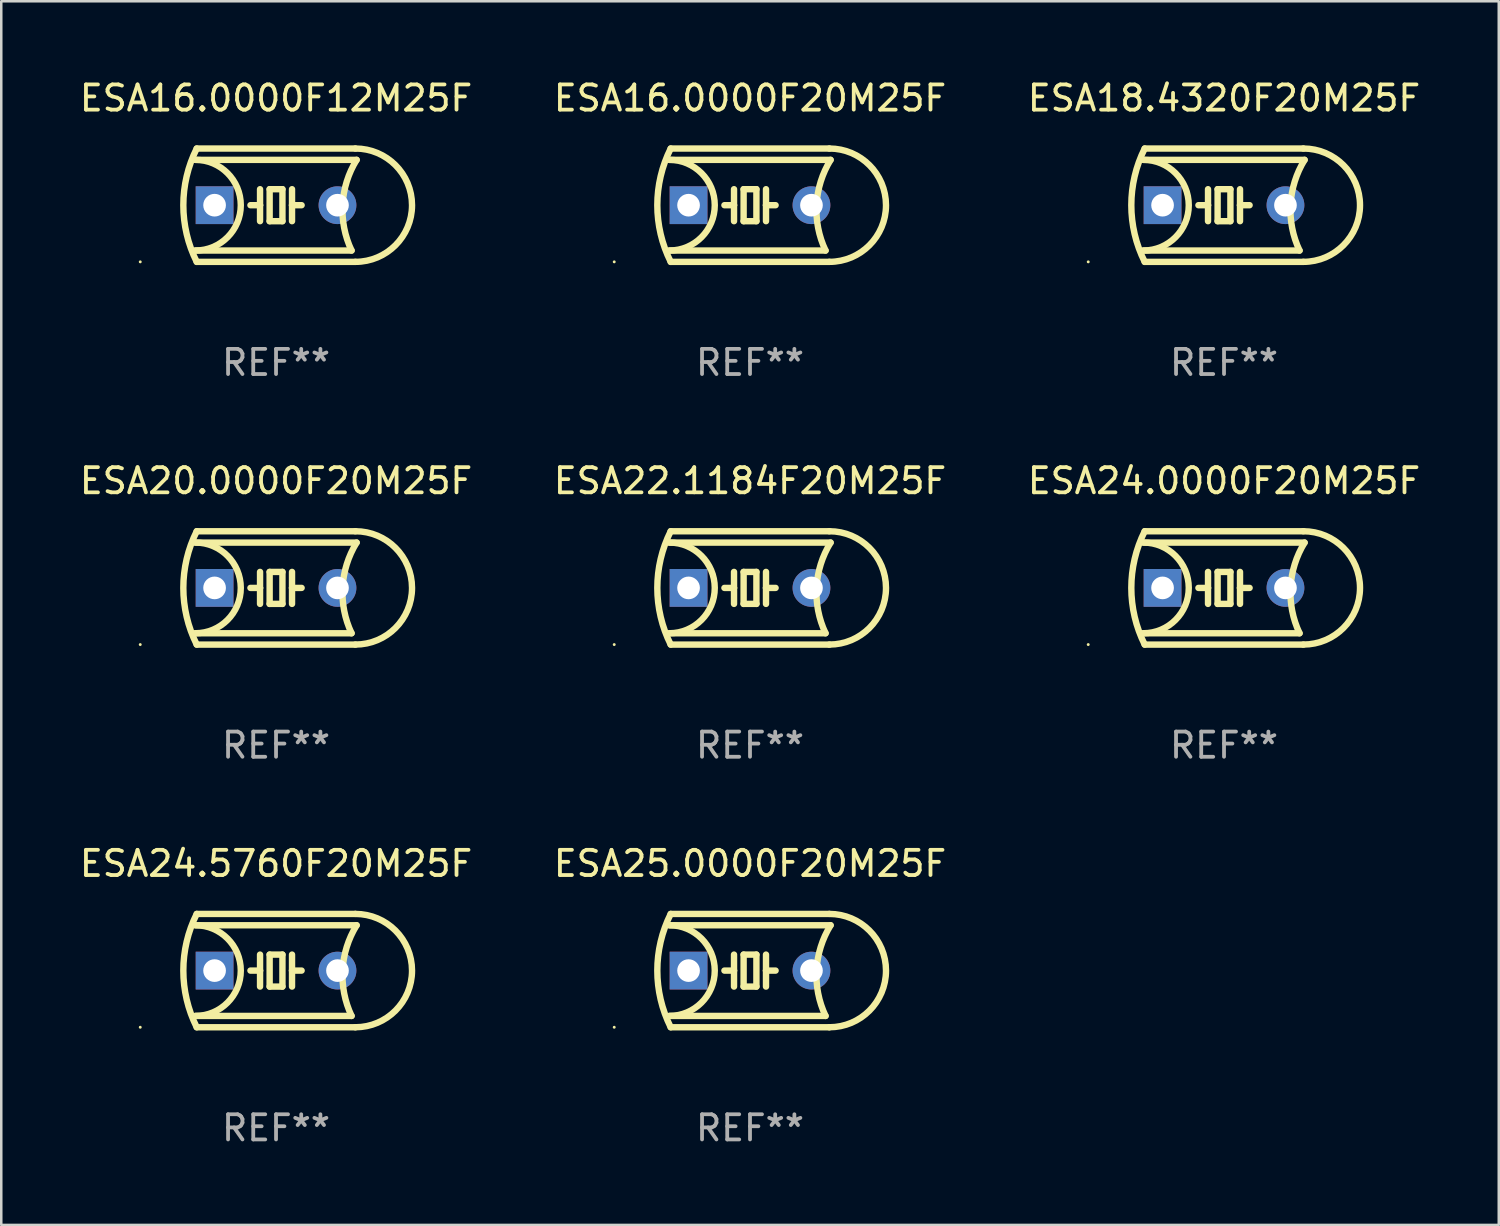
<source format=kicad_pcb>
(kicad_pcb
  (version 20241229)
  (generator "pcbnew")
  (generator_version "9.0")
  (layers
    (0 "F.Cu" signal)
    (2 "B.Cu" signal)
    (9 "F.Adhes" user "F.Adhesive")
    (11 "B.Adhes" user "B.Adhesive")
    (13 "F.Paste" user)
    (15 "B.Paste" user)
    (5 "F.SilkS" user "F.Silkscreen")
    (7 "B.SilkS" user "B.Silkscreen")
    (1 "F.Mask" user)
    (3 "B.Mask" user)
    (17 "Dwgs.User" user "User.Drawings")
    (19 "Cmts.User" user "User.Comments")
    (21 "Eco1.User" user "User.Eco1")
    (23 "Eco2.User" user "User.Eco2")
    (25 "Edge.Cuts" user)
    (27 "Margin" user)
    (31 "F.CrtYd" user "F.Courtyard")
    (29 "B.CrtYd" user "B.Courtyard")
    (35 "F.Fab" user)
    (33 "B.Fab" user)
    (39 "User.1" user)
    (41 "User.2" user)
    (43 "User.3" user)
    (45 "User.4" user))
  (footprint "ESA22.1184F20M25F"
    (layer "F.Cu")
    (at 26.732 20.295)
    (property "Reference" "ESA22.1184F20M25F" (at 0 -4.25 0) (layer "F.SilkS") (effects (font (size 1 1) (thickness 0.15))))
    (attr through_hole)
    (fp_line (start -3.2 -1.8) (end 3.2 -1.8) (stroke (width 0.254) (type solid)) (layer "F.SilkS"))
    (fp_line (start -3.15 2.25) (end 3.15 2.25) (stroke (width 0.254) (type solid)) (layer "F.SilkS"))
    (fp_line (start -0.635 -0.635) (end -0.635 0) (stroke (width 0.254) (type solid)) (layer "F.SilkS"))
    (fp_line (start -0.635 0) (end -1.016 0) (stroke (width 0.254) (type solid)) (layer "F.SilkS"))
    (fp_line (start -0.635 0) (end -0.635 0.635) (stroke (width 0.254) (type solid)) (layer "F.SilkS"))
    (fp_line (start -0.254 -0.635) (end -0.254 0.635) (stroke (width 0.254) (type solid)) (layer "F.SilkS"))
    (fp_line (start -0.254 0.635) (end 0.254 0.635) (stroke (width 0.254) (type solid)) (layer "F.SilkS"))
    (fp_line (start 0.254 -0.635) (end -0.254 -0.635) (stroke (width 0.254) (type solid)) (layer "F.SilkS"))
    (fp_line (start 0.254 0.635) (end 0.254 -0.635) (stroke (width 0.254) (type solid)) (layer "F.SilkS"))
    (fp_line (start 0.635 -0.635) (end 0.635 0) (stroke (width 0.254) (type solid)) (layer "F.SilkS"))
    (fp_line (start 0.635 0) (end 0.635 0.635) (stroke (width 0.254) (type solid)) (layer "F.SilkS"))
    (fp_line (start 0.635 0) (end 1.016 0) (stroke (width 0.254) (type solid)) (layer "F.SilkS"))
    (fp_line (start 3 1.8) (end -3.2 1.8) (stroke (width 0.254) (type solid)) (layer "F.SilkS"))
    (fp_line (start 3.15 -2.25) (end -3.15 -2.25) (stroke (width 0.254) (type solid)) (layer "F.SilkS"))
    (fp_arc (start -3.200406 -1.800864) (mid -1.399974 -0.000635) (end -3.2 1.8) (stroke (width 0.254001) (type solid)) (layer "F.SilkS"))
    (fp_arc (start -3.149606 2.250444) (mid -3.680941 0.000261) (end -3.149987 -2.250013) (stroke (width 0.254001) (type solid)) (layer "F.SilkS"))
    (fp_arc (start 2.999746 1.800863) (mid 2.642982 -0.024977) (end 3.2 -1.8) (stroke (width 0.254001) (type solid)) (layer "F.SilkS"))
    (fp_arc (start 3.149607 -2.250445) (mid 5.399848 -0.000406) (end 3.149987 2.250013) (stroke (width 0.254001) (type solid)) (layer "F.SilkS"))
    (fp_circle (center -5.392 2.25) (end -5.362 2.25) (stroke (width 0.06) (type solid)) (fill no) (layer "F.SilkS"))
    (fp_text user "REF**" (at 0 6.25 0) (layer "F.Fab") (effects (font (size 1 1) (thickness 0.15))))
    (pad "1" thru_hole rect (at -2.44 0) (size 1.5 1.5) (drill 0.9) (layers "*.Cu" "*.Mask"))
    (pad "2" thru_hole circle (at 2.44 0) (size 1.5 1.5) (drill 0.9) (layers "*.Cu" "*.Mask")))
  (footprint "ESA18.4320F20M25F"
    (layer "F.Cu")
    (at 45.554 5.098)
    (property "Reference" "ESA18.4320F20M25F" (at 0 -4.25 0) (layer "F.SilkS") (effects (font (size 1 1) (thickness 0.15))))
    (attr through_hole)
    (fp_line (start -3.2 -1.8) (end 3.2 -1.8) (stroke (width 0.254) (type solid)) (layer "F.SilkS"))
    (fp_line (start -3.15 2.25) (end 3.15 2.25) (stroke (width 0.254) (type solid)) (layer "F.SilkS"))
    (fp_line (start -0.635 -0.635) (end -0.635 0) (stroke (width 0.254) (type solid)) (layer "F.SilkS"))
    (fp_line (start -0.635 0) (end -1.016 0) (stroke (width 0.254) (type solid)) (layer "F.SilkS"))
    (fp_line (start -0.635 0) (end -0.635 0.635) (stroke (width 0.254) (type solid)) (layer "F.SilkS"))
    (fp_line (start -0.254 -0.635) (end -0.254 0.635) (stroke (width 0.254) (type solid)) (layer "F.SilkS"))
    (fp_line (start -0.254 0.635) (end 0.254 0.635) (stroke (width 0.254) (type solid)) (layer "F.SilkS"))
    (fp_line (start 0.254 -0.635) (end -0.254 -0.635) (stroke (width 0.254) (type solid)) (layer "F.SilkS"))
    (fp_line (start 0.254 0.635) (end 0.254 -0.635) (stroke (width 0.254) (type solid)) (layer "F.SilkS"))
    (fp_line (start 0.635 -0.635) (end 0.635 0) (stroke (width 0.254) (type solid)) (layer "F.SilkS"))
    (fp_line (start 0.635 0) (end 0.635 0.635) (stroke (width 0.254) (type solid)) (layer "F.SilkS"))
    (fp_line (start 0.635 0) (end 1.016 0) (stroke (width 0.254) (type solid)) (layer "F.SilkS"))
    (fp_line (start 3 1.8) (end -3.2 1.8) (stroke (width 0.254) (type solid)) (layer "F.SilkS"))
    (fp_line (start 3.15 -2.25) (end -3.15 -2.25) (stroke (width 0.254) (type solid)) (layer "F.SilkS"))
    (fp_arc (start -3.200406 -1.800864) (mid -1.399974 -0.000635) (end -3.2 1.8) (stroke (width 0.254001) (type solid)) (layer "F.SilkS"))
    (fp_arc (start -3.149606 2.250444) (mid -3.680941 0.000261) (end -3.149987 -2.250013) (stroke (width 0.254001) (type solid)) (layer "F.SilkS"))
    (fp_arc (start 2.999746 1.800863) (mid 2.642982 -0.024977) (end 3.2 -1.8) (stroke (width 0.254001) (type solid)) (layer "F.SilkS"))
    (fp_arc (start 3.149607 -2.250445) (mid 5.399848 -0.000406) (end 3.149987 2.250013) (stroke (width 0.254001) (type solid)) (layer "F.SilkS"))
    (fp_circle (center -5.392 2.25) (end -5.362 2.25) (stroke (width 0.06) (type solid)) (fill no) (layer "F.SilkS"))
    (fp_text user "REF**" (at 0 6.25 0) (layer "F.Fab") (effects (font (size 1 1) (thickness 0.15))))
    (pad "1" thru_hole rect (at -2.44 0) (size 1.5 1.5) (drill 0.9) (layers "*.Cu" "*.Mask"))
    (pad "2" thru_hole circle (at 2.44 0) (size 1.5 1.5) (drill 0.9) (layers "*.Cu" "*.Mask")))
  (footprint "ESA16.0000F20M25F"
    (layer "F.Cu")
    (at 26.732 5.098)
    (property "Reference" "ESA16.0000F20M25F" (at 0 -4.25 0) (layer "F.SilkS") (effects (font (size 1 1) (thickness 0.15))))
    (attr through_hole)
    (fp_line (start -3.2 -1.8) (end 3.2 -1.8) (stroke (width 0.254) (type solid)) (layer "F.SilkS"))
    (fp_line (start -3.15 2.25) (end 3.15 2.25) (stroke (width 0.254) (type solid)) (layer "F.SilkS"))
    (fp_line (start -0.635 -0.635) (end -0.635 0) (stroke (width 0.254) (type solid)) (layer "F.SilkS"))
    (fp_line (start -0.635 0) (end -1.016 0) (stroke (width 0.254) (type solid)) (layer "F.SilkS"))
    (fp_line (start -0.635 0) (end -0.635 0.635) (stroke (width 0.254) (type solid)) (layer "F.SilkS"))
    (fp_line (start -0.254 -0.635) (end -0.254 0.635) (stroke (width 0.254) (type solid)) (layer "F.SilkS"))
    (fp_line (start -0.254 0.635) (end 0.254 0.635) (stroke (width 0.254) (type solid)) (layer "F.SilkS"))
    (fp_line (start 0.254 -0.635) (end -0.254 -0.635) (stroke (width 0.254) (type solid)) (layer "F.SilkS"))
    (fp_line (start 0.254 0.635) (end 0.254 -0.635) (stroke (width 0.254) (type solid)) (layer "F.SilkS"))
    (fp_line (start 0.635 -0.635) (end 0.635 0) (stroke (width 0.254) (type solid)) (layer "F.SilkS"))
    (fp_line (start 0.635 0) (end 0.635 0.635) (stroke (width 0.254) (type solid)) (layer "F.SilkS"))
    (fp_line (start 0.635 0) (end 1.016 0) (stroke (width 0.254) (type solid)) (layer "F.SilkS"))
    (fp_line (start 3 1.8) (end -3.2 1.8) (stroke (width 0.254) (type solid)) (layer "F.SilkS"))
    (fp_line (start 3.15 -2.25) (end -3.15 -2.25) (stroke (width 0.254) (type solid)) (layer "F.SilkS"))
    (fp_arc (start -3.200406 -1.800864) (mid -1.399974 -0.000635) (end -3.2 1.8) (stroke (width 0.254001) (type solid)) (layer "F.SilkS"))
    (fp_arc (start -3.149606 2.250444) (mid -3.680941 0.000261) (end -3.149987 -2.250013) (stroke (width 0.254001) (type solid)) (layer "F.SilkS"))
    (fp_arc (start 2.999746 1.800863) (mid 2.642982 -0.024977) (end 3.2 -1.8) (stroke (width 0.254001) (type solid)) (layer "F.SilkS"))
    (fp_arc (start 3.149607 -2.250445) (mid 5.399848 -0.000406) (end 3.149987 2.250013) (stroke (width 0.254001) (type solid)) (layer "F.SilkS"))
    (fp_circle (center -5.392 2.25) (end -5.362 2.25) (stroke (width 0.06) (type solid)) (fill no) (layer "F.SilkS"))
    (fp_text user "REF**" (at 0 6.25 0) (layer "F.Fab") (effects (font (size 1 1) (thickness 0.15))))
    (pad "1" thru_hole rect (at -2.44 0) (size 1.5 1.5) (drill 0.9) (layers "*.Cu" "*.Mask"))
    (pad "2" thru_hole circle (at 2.44 0) (size 1.5 1.5) (drill 0.9) (layers "*.Cu" "*.Mask")))
  (footprint "ESA24.5760F20M25F"
    (layer "F.Cu")
    (at 7.911 35.491)
    (property "Reference" "ESA24.5760F20M25F" (at 0 -4.25 0) (layer "F.SilkS") (effects (font (size 1 1) (thickness 0.15))))
    (attr through_hole)
    (fp_line (start -3.2 -1.8) (end 3.2 -1.8) (stroke (width 0.254) (type solid)) (layer "F.SilkS"))
    (fp_line (start -3.15 2.25) (end 3.15 2.25) (stroke (width 0.254) (type solid)) (layer "F.SilkS"))
    (fp_line (start -0.635 -0.635) (end -0.635 0) (stroke (width 0.254) (type solid)) (layer "F.SilkS"))
    (fp_line (start -0.635 0) (end -1.016 0) (stroke (width 0.254) (type solid)) (layer "F.SilkS"))
    (fp_line (start -0.635 0) (end -0.635 0.635) (stroke (width 0.254) (type solid)) (layer "F.SilkS"))
    (fp_line (start -0.254 -0.635) (end -0.254 0.635) (stroke (width 0.254) (type solid)) (layer "F.SilkS"))
    (fp_line (start -0.254 0.635) (end 0.254 0.635) (stroke (width 0.254) (type solid)) (layer "F.SilkS"))
    (fp_line (start 0.254 -0.635) (end -0.254 -0.635) (stroke (width 0.254) (type solid)) (layer "F.SilkS"))
    (fp_line (start 0.254 0.635) (end 0.254 -0.635) (stroke (width 0.254) (type solid)) (layer "F.SilkS"))
    (fp_line (start 0.635 -0.635) (end 0.635 0) (stroke (width 0.254) (type solid)) (layer "F.SilkS"))
    (fp_line (start 0.635 0) (end 0.635 0.635) (stroke (width 0.254) (type solid)) (layer "F.SilkS"))
    (fp_line (start 0.635 0) (end 1.016 0) (stroke (width 0.254) (type solid)) (layer "F.SilkS"))
    (fp_line (start 3 1.8) (end -3.2 1.8) (stroke (width 0.254) (type solid)) (layer "F.SilkS"))
    (fp_line (start 3.15 -2.25) (end -3.15 -2.25) (stroke (width 0.254) (type solid)) (layer "F.SilkS"))
    (fp_arc (start -3.200406 -1.800864) (mid -1.399974 -0.000635) (end -3.2 1.8) (stroke (width 0.254001) (type solid)) (layer "F.SilkS"))
    (fp_arc (start -3.149606 2.250444) (mid -3.680941 0.000261) (end -3.149987 -2.250013) (stroke (width 0.254001) (type solid)) (layer "F.SilkS"))
    (fp_arc (start 2.999746 1.800863) (mid 2.642982 -0.024977) (end 3.2 -1.8) (stroke (width 0.254001) (type solid)) (layer "F.SilkS"))
    (fp_arc (start 3.149607 -2.250445) (mid 5.399848 -0.000406) (end 3.149987 2.250013) (stroke (width 0.254001) (type solid)) (layer "F.SilkS"))
    (fp_circle (center -5.392 2.25) (end -5.362 2.25) (stroke (width 0.06) (type solid)) (fill no) (layer "F.SilkS"))
    (fp_text user "REF**" (at 0 6.25 0) (layer "F.Fab") (effects (font (size 1 1) (thickness 0.15))))
    (pad "1" thru_hole rect (at -2.44 0) (size 1.5 1.5) (drill 0.9) (layers "*.Cu" "*.Mask"))
    (pad "2" thru_hole circle (at 2.44 0) (size 1.5 1.5) (drill 0.9) (layers "*.Cu" "*.Mask")))
  (footprint "ESA16.0000F12M25F"
    (layer "F.Cu")
    (at 7.911 5.098)
    (property "Reference" "ESA16.0000F12M25F" (at 0 -4.25 0) (layer "F.SilkS") (effects (font (size 1 1) (thickness 0.15))))
    (attr through_hole)
    (fp_line (start -3.2 -1.8) (end 3.2 -1.8) (stroke (width 0.254) (type solid)) (layer "F.SilkS"))
    (fp_line (start -3.15 2.25) (end 3.15 2.25) (stroke (width 0.254) (type solid)) (layer "F.SilkS"))
    (fp_line (start -0.635 -0.635) (end -0.635 0) (stroke (width 0.254) (type solid)) (layer "F.SilkS"))
    (fp_line (start -0.635 0) (end -1.016 0) (stroke (width 0.254) (type solid)) (layer "F.SilkS"))
    (fp_line (start -0.635 0) (end -0.635 0.635) (stroke (width 0.254) (type solid)) (layer "F.SilkS"))
    (fp_line (start -0.254 -0.635) (end -0.254 0.635) (stroke (width 0.254) (type solid)) (layer "F.SilkS"))
    (fp_line (start -0.254 0.635) (end 0.254 0.635) (stroke (width 0.254) (type solid)) (layer "F.SilkS"))
    (fp_line (start 0.254 -0.635) (end -0.254 -0.635) (stroke (width 0.254) (type solid)) (layer "F.SilkS"))
    (fp_line (start 0.254 0.635) (end 0.254 -0.635) (stroke (width 0.254) (type solid)) (layer "F.SilkS"))
    (fp_line (start 0.635 -0.635) (end 0.635 0) (stroke (width 0.254) (type solid)) (layer "F.SilkS"))
    (fp_line (start 0.635 0) (end 0.635 0.635) (stroke (width 0.254) (type solid)) (layer "F.SilkS"))
    (fp_line (start 0.635 0) (end 1.016 0) (stroke (width 0.254) (type solid)) (layer "F.SilkS"))
    (fp_line (start 3 1.8) (end -3.2 1.8) (stroke (width 0.254) (type solid)) (layer "F.SilkS"))
    (fp_line (start 3.15 -2.25) (end -3.15 -2.25) (stroke (width 0.254) (type solid)) (layer "F.SilkS"))
    (fp_arc (start -3.200406 -1.800864) (mid -1.399974 -0.000635) (end -3.2 1.8) (stroke (width 0.254001) (type solid)) (layer "F.SilkS"))
    (fp_arc (start -3.149606 2.250444) (mid -3.680941 0.000261) (end -3.149987 -2.250013) (stroke (width 0.254001) (type solid)) (layer "F.SilkS"))
    (fp_arc (start 2.999746 1.800863) (mid 2.642982 -0.024977) (end 3.2 -1.8) (stroke (width 0.254001) (type solid)) (layer "F.SilkS"))
    (fp_arc (start 3.149607 -2.250445) (mid 5.399848 -0.000406) (end 3.149987 2.250013) (stroke (width 0.254001) (type solid)) (layer "F.SilkS"))
    (fp_circle (center -5.392 2.25) (end -5.362 2.25) (stroke (width 0.06) (type solid)) (fill no) (layer "F.SilkS"))
    (fp_text user "REF**" (at 0 6.25 0) (layer "F.Fab") (effects (font (size 1 1) (thickness 0.15))))
    (pad "1" thru_hole rect (at -2.44 0) (size 1.5 1.5) (drill 0.9) (layers "*.Cu" "*.Mask"))
    (pad "2" thru_hole circle (at 2.44 0) (size 1.5 1.5) (drill 0.9) (layers "*.Cu" "*.Mask")))
  (footprint "ESA20.0000F20M25F"
    (layer "F.Cu")
    (at 7.911 20.295)
    (property "Reference" "ESA20.0000F20M25F" (at 0 -4.25 0) (layer "F.SilkS") (effects (font (size 1 1) (thickness 0.15))))
    (attr through_hole)
    (fp_line (start -3.2 -1.8) (end 3.2 -1.8) (stroke (width 0.254) (type solid)) (layer "F.SilkS"))
    (fp_line (start -3.15 2.25) (end 3.15 2.25) (stroke (width 0.254) (type solid)) (layer "F.SilkS"))
    (fp_line (start -0.635 -0.635) (end -0.635 0) (stroke (width 0.254) (type solid)) (layer "F.SilkS"))
    (fp_line (start -0.635 0) (end -1.016 0) (stroke (width 0.254) (type solid)) (layer "F.SilkS"))
    (fp_line (start -0.635 0) (end -0.635 0.635) (stroke (width 0.254) (type solid)) (layer "F.SilkS"))
    (fp_line (start -0.254 -0.635) (end -0.254 0.635) (stroke (width 0.254) (type solid)) (layer "F.SilkS"))
    (fp_line (start -0.254 0.635) (end 0.254 0.635) (stroke (width 0.254) (type solid)) (layer "F.SilkS"))
    (fp_line (start 0.254 -0.635) (end -0.254 -0.635) (stroke (width 0.254) (type solid)) (layer "F.SilkS"))
    (fp_line (start 0.254 0.635) (end 0.254 -0.635) (stroke (width 0.254) (type solid)) (layer "F.SilkS"))
    (fp_line (start 0.635 -0.635) (end 0.635 0) (stroke (width 0.254) (type solid)) (layer "F.SilkS"))
    (fp_line (start 0.635 0) (end 0.635 0.635) (stroke (width 0.254) (type solid)) (layer "F.SilkS"))
    (fp_line (start 0.635 0) (end 1.016 0) (stroke (width 0.254) (type solid)) (layer "F.SilkS"))
    (fp_line (start 3 1.8) (end -3.2 1.8) (stroke (width 0.254) (type solid)) (layer "F.SilkS"))
    (fp_line (start 3.15 -2.25) (end -3.15 -2.25) (stroke (width 0.254) (type solid)) (layer "F.SilkS"))
    (fp_arc (start -3.200406 -1.800864) (mid -1.399974 -0.000635) (end -3.2 1.8) (stroke (width 0.254001) (type solid)) (layer "F.SilkS"))
    (fp_arc (start -3.149606 2.250444) (mid -3.680941 0.000261) (end -3.149987 -2.250013) (stroke (width 0.254001) (type solid)) (layer "F.SilkS"))
    (fp_arc (start 2.999746 1.800863) (mid 2.642982 -0.024977) (end 3.2 -1.8) (stroke (width 0.254001) (type solid)) (layer "F.SilkS"))
    (fp_arc (start 3.149607 -2.250445) (mid 5.399848 -0.000406) (end 3.149987 2.250013) (stroke (width 0.254001) (type solid)) (layer "F.SilkS"))
    (fp_circle (center -5.392 2.25) (end -5.362 2.25) (stroke (width 0.06) (type solid)) (fill no) (layer "F.SilkS"))
    (fp_text user "REF**" (at 0 6.25 0) (layer "F.Fab") (effects (font (size 1 1) (thickness 0.15))))
    (pad "1" thru_hole rect (at -2.44 0) (size 1.5 1.5) (drill 0.9) (layers "*.Cu" "*.Mask"))
    (pad "2" thru_hole circle (at 2.44 0) (size 1.5 1.5) (drill 0.9) (layers "*.Cu" "*.Mask")))
  (footprint "ESA25.0000F20M25F"
    (layer "F.Cu")
    (at 26.732 35.491)
    (property "Reference" "ESA25.0000F20M25F" (at 0 -4.25 0) (layer "F.SilkS") (effects (font (size 1 1) (thickness 0.15))))
    (attr through_hole)
    (fp_line (start -3.2 -1.8) (end 3.2 -1.8) (stroke (width 0.254) (type solid)) (layer "F.SilkS"))
    (fp_line (start -3.15 2.25) (end 3.15 2.25) (stroke (width 0.254) (type solid)) (layer "F.SilkS"))
    (fp_line (start -0.635 -0.635) (end -0.635 0) (stroke (width 0.254) (type solid)) (layer "F.SilkS"))
    (fp_line (start -0.635 0) (end -1.016 0) (stroke (width 0.254) (type solid)) (layer "F.SilkS"))
    (fp_line (start -0.635 0) (end -0.635 0.635) (stroke (width 0.254) (type solid)) (layer "F.SilkS"))
    (fp_line (start -0.254 -0.635) (end -0.254 0.635) (stroke (width 0.254) (type solid)) (layer "F.SilkS"))
    (fp_line (start -0.254 0.635) (end 0.254 0.635) (stroke (width 0.254) (type solid)) (layer "F.SilkS"))
    (fp_line (start 0.254 -0.635) (end -0.254 -0.635) (stroke (width 0.254) (type solid)) (layer "F.SilkS"))
    (fp_line (start 0.254 0.635) (end 0.254 -0.635) (stroke (width 0.254) (type solid)) (layer "F.SilkS"))
    (fp_line (start 0.635 -0.635) (end 0.635 0) (stroke (width 0.254) (type solid)) (layer "F.SilkS"))
    (fp_line (start 0.635 0) (end 0.635 0.635) (stroke (width 0.254) (type solid)) (layer "F.SilkS"))
    (fp_line (start 0.635 0) (end 1.016 0) (stroke (width 0.254) (type solid)) (layer "F.SilkS"))
    (fp_line (start 3 1.8) (end -3.2 1.8) (stroke (width 0.254) (type solid)) (layer "F.SilkS"))
    (fp_line (start 3.15 -2.25) (end -3.15 -2.25) (stroke (width 0.254) (type solid)) (layer "F.SilkS"))
    (fp_arc (start -3.200406 -1.800864) (mid -1.399974 -0.000635) (end -3.2 1.8) (stroke (width 0.254001) (type solid)) (layer "F.SilkS"))
    (fp_arc (start -3.149606 2.250444) (mid -3.680941 0.000261) (end -3.149987 -2.250013) (stroke (width 0.254001) (type solid)) (layer "F.SilkS"))
    (fp_arc (start 2.999746 1.800863) (mid 2.642982 -0.024977) (end 3.2 -1.8) (stroke (width 0.254001) (type solid)) (layer "F.SilkS"))
    (fp_arc (start 3.149607 -2.250445) (mid 5.399848 -0.000406) (end 3.149987 2.250013) (stroke (width 0.254001) (type solid)) (layer "F.SilkS"))
    (fp_circle (center -5.392 2.25) (end -5.362 2.25) (stroke (width 0.06) (type solid)) (fill no) (layer "F.SilkS"))
    (fp_text user "REF**" (at 0 6.25 0) (layer "F.Fab") (effects (font (size 1 1) (thickness 0.15))))
    (pad "1" thru_hole rect (at -2.44 0) (size 1.5 1.5) (drill 0.9) (layers "*.Cu" "*.Mask"))
    (pad "2" thru_hole circle (at 2.44 0) (size 1.5 1.5) (drill 0.9) (layers "*.Cu" "*.Mask")))
  (footprint "ESA24.0000F20M25F"
    (layer "F.Cu")
    (at 45.554 20.295)
    (property "Reference" "ESA24.0000F20M25F" (at 0 -4.25 0) (layer "F.SilkS") (effects (font (size 1 1) (thickness 0.15))))
    (attr through_hole)
    (fp_line (start -3.2 -1.8) (end 3.2 -1.8) (stroke (width 0.254) (type solid)) (layer "F.SilkS"))
    (fp_line (start -3.15 2.25) (end 3.15 2.25) (stroke (width 0.254) (type solid)) (layer "F.SilkS"))
    (fp_line (start -0.635 -0.635) (end -0.635 0) (stroke (width 0.254) (type solid)) (layer "F.SilkS"))
    (fp_line (start -0.635 0) (end -1.016 0) (stroke (width 0.254) (type solid)) (layer "F.SilkS"))
    (fp_line (start -0.635 0) (end -0.635 0.635) (stroke (width 0.254) (type solid)) (layer "F.SilkS"))
    (fp_line (start -0.254 -0.635) (end -0.254 0.635) (stroke (width 0.254) (type solid)) (layer "F.SilkS"))
    (fp_line (start -0.254 0.635) (end 0.254 0.635) (stroke (width 0.254) (type solid)) (layer "F.SilkS"))
    (fp_line (start 0.254 -0.635) (end -0.254 -0.635) (stroke (width 0.254) (type solid)) (layer "F.SilkS"))
    (fp_line (start 0.254 0.635) (end 0.254 -0.635) (stroke (width 0.254) (type solid)) (layer "F.SilkS"))
    (fp_line (start 0.635 -0.635) (end 0.635 0) (stroke (width 0.254) (type solid)) (layer "F.SilkS"))
    (fp_line (start 0.635 0) (end 0.635 0.635) (stroke (width 0.254) (type solid)) (layer "F.SilkS"))
    (fp_line (start 0.635 0) (end 1.016 0) (stroke (width 0.254) (type solid)) (layer "F.SilkS"))
    (fp_line (start 3 1.8) (end -3.2 1.8) (stroke (width 0.254) (type solid)) (layer "F.SilkS"))
    (fp_line (start 3.15 -2.25) (end -3.15 -2.25) (stroke (width 0.254) (type solid)) (layer "F.SilkS"))
    (fp_arc (start -3.200406 -1.800864) (mid -1.399974 -0.000635) (end -3.2 1.8) (stroke (width 0.254001) (type solid)) (layer "F.SilkS"))
    (fp_arc (start -3.149606 2.250444) (mid -3.680941 0.000261) (end -3.149987 -2.250013) (stroke (width 0.254001) (type solid)) (layer "F.SilkS"))
    (fp_arc (start 2.999746 1.800863) (mid 2.642982 -0.024977) (end 3.2 -1.8) (stroke (width 0.254001) (type solid)) (layer "F.SilkS"))
    (fp_arc (start 3.149607 -2.250445) (mid 5.399848 -0.000406) (end 3.149987 2.250013) (stroke (width 0.254001) (type solid)) (layer "F.SilkS"))
    (fp_circle (center -5.392 2.25) (end -5.362 2.25) (stroke (width 0.06) (type solid)) (fill no) (layer "F.SilkS"))
    (fp_text user "REF**" (at 0 6.25 0) (layer "F.Fab") (effects (font (size 1 1) (thickness 0.15))))
    (pad "1" thru_hole rect (at -2.44 0) (size 1.5 1.5) (drill 0.9) (layers "*.Cu" "*.Mask"))
    (pad "2" thru_hole circle (at 2.44 0) (size 1.5 1.5) (drill 0.9) (layers "*.Cu" "*.Mask")))
  (gr_rect
    (start -3 -3)
    (end 56.464 45.59)
    (stroke (width 0.1) (type default))
    (fill no)
    (layer "Edge.Cuts")))
</source>
